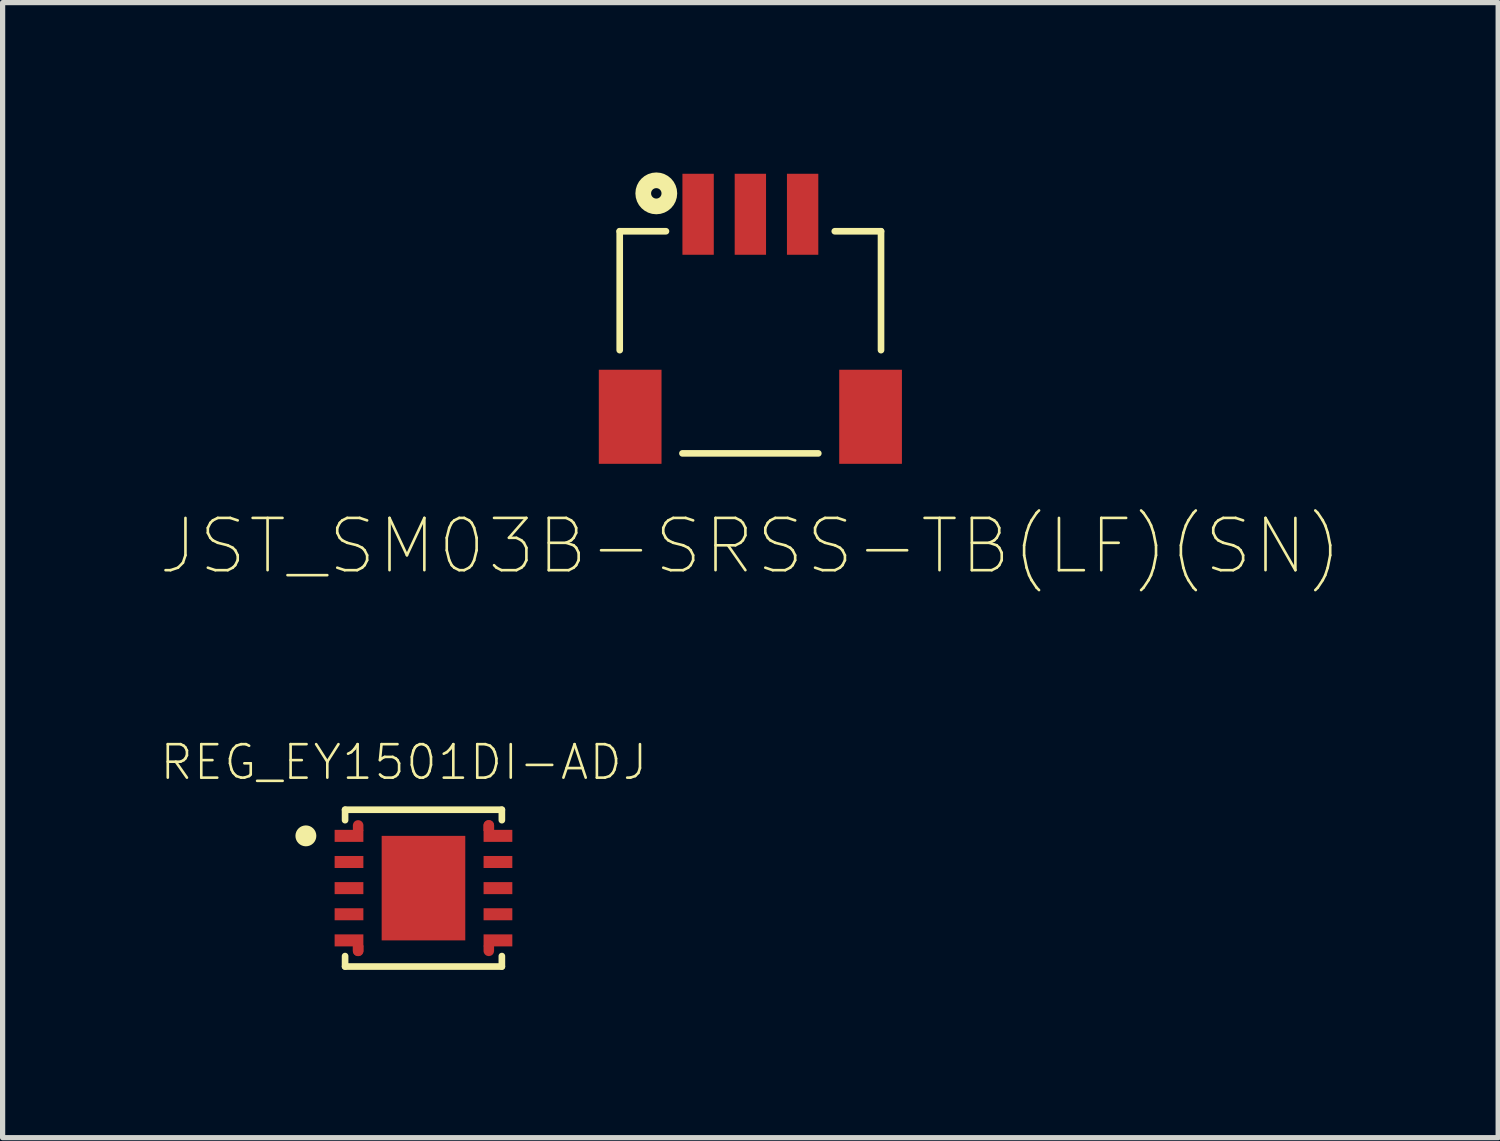
<source format=kicad_pcb>
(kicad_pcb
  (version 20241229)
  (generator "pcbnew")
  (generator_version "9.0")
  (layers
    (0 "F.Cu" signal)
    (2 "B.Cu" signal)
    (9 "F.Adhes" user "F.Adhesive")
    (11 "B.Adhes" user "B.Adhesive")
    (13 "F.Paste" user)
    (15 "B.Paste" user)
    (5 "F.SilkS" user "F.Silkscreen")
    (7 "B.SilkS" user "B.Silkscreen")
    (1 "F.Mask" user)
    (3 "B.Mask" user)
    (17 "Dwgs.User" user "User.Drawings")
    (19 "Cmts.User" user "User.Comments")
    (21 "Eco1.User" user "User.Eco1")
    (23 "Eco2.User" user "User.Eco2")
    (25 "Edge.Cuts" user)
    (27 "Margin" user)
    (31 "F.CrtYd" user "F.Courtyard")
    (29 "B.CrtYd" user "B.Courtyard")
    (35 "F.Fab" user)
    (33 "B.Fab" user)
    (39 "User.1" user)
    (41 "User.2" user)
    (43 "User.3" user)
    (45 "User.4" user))
  (footprint "JST_SM03B-SRSS-TB(LF)(SN)"
    (layer "F.Cu")
    (at 11.308 1.05)
    (property "Reference" "JST_SM03B-SRSS-TB(LF)(SN)" (at 0 6.35 0) (layer "F.SilkS") (effects (font (size 1 1) (thickness 0.05))))
    (attr smd)
    (fp_line (start -2.5 0.325) (end -2.5 2.6) (stroke (width 0.127) (type solid)) (layer "F.SilkS"))
    (fp_line (start -1.615 0.325) (end -2.5 0.325) (stroke (width 0.127) (type solid)) (layer "F.SilkS"))
    (fp_line (start -1.3 4.575) (end 1.3 4.575) (stroke (width 0.127) (type solid)) (layer "F.SilkS"))
    (fp_line (start 2.5 0.325) (end 1.615 0.325) (stroke (width 0.127) (type solid)) (layer "F.SilkS"))
    (fp_line (start 2.5 2.6) (end 2.5 0.325) (stroke (width 0.127) (type solid)) (layer "F.SilkS"))
    (fp_circle (center -1.8 -0.4) (end -1.7 -0.4) (stroke (width 0.3) (type solid)) (fill no) (layer "F.SilkS"))
    (fp_line (start -3.15 -1.025) (end 3.15 -1.025) (stroke (width 0.05) (type solid)) (layer "Eco1.User"))
    (fp_line (start -3.15 5.025) (end -3.15 -1.025) (stroke (width 0.05) (type solid)) (layer "Eco1.User"))
    (fp_line (start 3.15 -1.025) (end 3.15 5.025) (stroke (width 0.05) (type solid)) (layer "Eco1.User"))
    (fp_line (start 3.15 5.025) (end -3.15 5.025) (stroke (width 0.05) (type solid)) (layer "Eco1.User"))
    (fp_line (start -2.5 0.325) (end 2.5 0.325) (stroke (width 0.127) (type solid)) (layer "Eco2.User"))
    (fp_line (start -2.5 4.575) (end -2.5 0.325) (stroke (width 0.127) (type solid)) (layer "Eco2.User"))
    (fp_line (start 2.5 0.325) (end 2.5 4.575) (stroke (width 0.127) (type solid)) (layer "Eco2.User"))
    (fp_line (start 2.5 4.575) (end -2.5 4.575) (stroke (width 0.127) (type solid)) (layer "Eco2.User"))
    (fp_circle (center -1.8 -0.4) (end -1.7 -0.4) (stroke (width 0.3) (type solid)) (fill no) (layer "Eco2.User"))
    (pad "1" smd rect (at -1 0 90) (size 1.55 0.6) (layers "F.Cu" "F.Mask" "F.Paste"))
    (pad "2" smd rect (at 0 0 90) (size 1.55 0.6) (layers "F.Cu" "F.Mask" "F.Paste"))
    (pad "3" smd rect (at 1 0 90) (size 1.55 0.6) (layers "F.Cu" "F.Mask" "F.Paste"))
    (pad "S1" smd rect (at -2.3 3.875 180) (size 1.2 1.8) (layers "F.Cu" "F.Mask" "F.Paste"))
    (pad "S2" smd rect (at 2.3 3.875 180) (size 1.2 1.8) (layers "F.Cu" "F.Mask" "F.Paste")))
  (footprint "REG_EY1501DI-ADJ"
    (layer "F.Cu")
    (at 5.053 13.944)
    (property "Reference" "REG_EY1501DI-ADJ" (at -0.375 -2.408 0) (layer "F.SilkS") (effects (font (size 0.641 0.641) (thickness 0.05))))
    (attr smd)
    (fp_poly (pts (xy -1.35 -1.1) (xy -1.35 -1.2) (xy -1.35 -1.203) (xy -1.35 -1.208) (xy -1.349 -1.213) (xy -1.348 -1.218) (xy -1.347 -1.223) (xy -1.346 -1.228) (xy -1.344 -1.233) (xy -1.342 -1.238) (xy -1.34 -1.243) (xy -1.338 -1.248) (xy -1.335 -1.252) (xy -1.332 -1.257) (xy -1.329 -1.261) (xy -1.326 -1.265) (xy -1.323 -1.269) (xy -1.319 -1.273) (xy -1.315 -1.276) (xy -1.311 -1.279) (xy -1.307 -1.282) (xy -1.302 -1.285) (xy -1.298 -1.288) (xy -1.293 -1.29) (xy -1.288 -1.292) (xy -1.283 -1.294) (xy -1.278 -1.296) (xy -1.273 -1.297) (xy -1.268 -1.298) (xy -1.263 -1.299) (xy -1.258 -1.3) (xy -1.253 -1.3) (xy -1.25 -1.3) (xy -1.247 -1.3) (xy -1.242 -1.3) (xy -1.237 -1.299) (xy -1.232 -1.298) (xy -1.227 -1.297) (xy -1.222 -1.296) (xy -1.217 -1.294) (xy -1.212 -1.292) (xy -1.207 -1.29) (xy -1.202 -1.288) (xy -1.198 -1.285) (xy -1.193 -1.282) (xy -1.189 -1.279) (xy -1.185 -1.276) (xy -1.181 -1.273) (xy -1.177 -1.269) (xy -1.174 -1.265) (xy -1.171 -1.261) (xy -1.168 -1.257) (xy -1.165 -1.252) (xy -1.162 -1.248) (xy -1.16 -1.243) (xy -1.158 -1.238) (xy -1.156 -1.233) (xy -1.154 -1.228) (xy -1.153 -1.223) (xy -1.152 -1.218) (xy -1.151 -1.213) (xy -1.15 -1.208) (xy -1.15 -1.203) (xy -1.15 -1.2) (xy -1.15 -1.1)) (stroke (width 0.001) (type solid)) (fill yes) (layer "F.Cu"))
    (fp_poly (pts (xy -1.15 1.1) (xy -1.15 1.2) (xy -1.15 1.203) (xy -1.15 1.208) (xy -1.151 1.213) (xy -1.152 1.218) (xy -1.153 1.223) (xy -1.154 1.228) (xy -1.156 1.233) (xy -1.158 1.238) (xy -1.16 1.243) (xy -1.162 1.248) (xy -1.165 1.252) (xy -1.168 1.257) (xy -1.171 1.261) (xy -1.174 1.265) (xy -1.177 1.269) (xy -1.181 1.273) (xy -1.185 1.276) (xy -1.189 1.279) (xy -1.193 1.282) (xy -1.198 1.285) (xy -1.202 1.288) (xy -1.207 1.29) (xy -1.212 1.292) (xy -1.217 1.294) (xy -1.222 1.296) (xy -1.227 1.297) (xy -1.232 1.298) (xy -1.237 1.299) (xy -1.242 1.3) (xy -1.247 1.3) (xy -1.25 1.3) (xy -1.253 1.3) (xy -1.258 1.3) (xy -1.263 1.299) (xy -1.268 1.298) (xy -1.273 1.297) (xy -1.278 1.296) (xy -1.283 1.294) (xy -1.288 1.292) (xy -1.293 1.29) (xy -1.298 1.288) (xy -1.302 1.285) (xy -1.307 1.282) (xy -1.311 1.279) (xy -1.315 1.276) (xy -1.319 1.273) (xy -1.323 1.269) (xy -1.326 1.265) (xy -1.329 1.261) (xy -1.332 1.257) (xy -1.335 1.252) (xy -1.338 1.248) (xy -1.34 1.243) (xy -1.342 1.238) (xy -1.344 1.233) (xy -1.346 1.228) (xy -1.347 1.223) (xy -1.348 1.218) (xy -1.349 1.213) (xy -1.35 1.208) (xy -1.35 1.203) (xy -1.35 1.2) (xy -1.35 1.1)) (stroke (width 0.001) (type solid)) (fill yes) (layer "F.Cu"))
    (fp_poly (pts (xy -1.15 1.1) (xy -1.15 1.2) (xy -1.15 1.203) (xy -1.15 1.208) (xy -1.151 1.213) (xy -1.152 1.218) (xy -1.153 1.223) (xy -1.154 1.228) (xy -1.156 1.233) (xy -1.158 1.238) (xy -1.16 1.243) (xy -1.162 1.248) (xy -1.165 1.252) (xy -1.168 1.257) (xy -1.171 1.261) (xy -1.174 1.265) (xy -1.177 1.269) (xy -1.181 1.273) (xy -1.185 1.276) (xy -1.189 1.279) (xy -1.193 1.282) (xy -1.198 1.285) (xy -1.202 1.288) (xy -1.207 1.29) (xy -1.212 1.292) (xy -1.217 1.294) (xy -1.222 1.296) (xy -1.227 1.297) (xy -1.232 1.298) (xy -1.237 1.299) (xy -1.242 1.3) (xy -1.247 1.3) (xy -1.25 1.3) (xy -1.253 1.3) (xy -1.258 1.3) (xy -1.263 1.299) (xy -1.268 1.298) (xy -1.273 1.297) (xy -1.278 1.296) (xy -1.283 1.294) (xy -1.288 1.292) (xy -1.293 1.29) (xy -1.298 1.288) (xy -1.302 1.285) (xy -1.307 1.282) (xy -1.311 1.279) (xy -1.315 1.276) (xy -1.319 1.273) (xy -1.323 1.269) (xy -1.326 1.265) (xy -1.329 1.261) (xy -1.332 1.257) (xy -1.335 1.252) (xy -1.338 1.248) (xy -1.34 1.243) (xy -1.342 1.238) (xy -1.344 1.233) (xy -1.346 1.228) (xy -1.347 1.223) (xy -1.348 1.218) (xy -1.349 1.213) (xy -1.35 1.208) (xy -1.35 1.203) (xy -1.35 1.2) (xy -1.35 1.1)) (stroke (width 0.001) (type solid)) (fill yes) (layer "F.Cu"))
    (fp_poly (pts (xy 1.15 -1.1) (xy 1.15 -1.2) (xy 1.15 -1.203) (xy 1.15 -1.208) (xy 1.151 -1.213) (xy 1.152 -1.218) (xy 1.153 -1.223) (xy 1.154 -1.228) (xy 1.156 -1.233) (xy 1.158 -1.238) (xy 1.16 -1.243) (xy 1.162 -1.248) (xy 1.165 -1.252) (xy 1.168 -1.257) (xy 1.171 -1.261) (xy 1.174 -1.265) (xy 1.177 -1.269) (xy 1.181 -1.273) (xy 1.185 -1.276) (xy 1.189 -1.279) (xy 1.193 -1.282) (xy 1.198 -1.285) (xy 1.202 -1.288) (xy 1.207 -1.29) (xy 1.212 -1.292) (xy 1.217 -1.294) (xy 1.222 -1.296) (xy 1.227 -1.297) (xy 1.232 -1.298) (xy 1.237 -1.299) (xy 1.242 -1.3) (xy 1.247 -1.3) (xy 1.25 -1.3) (xy 1.253 -1.3) (xy 1.258 -1.3) (xy 1.263 -1.299) (xy 1.268 -1.298) (xy 1.273 -1.297) (xy 1.278 -1.296) (xy 1.283 -1.294) (xy 1.288 -1.292) (xy 1.293 -1.29) (xy 1.298 -1.288) (xy 1.302 -1.285) (xy 1.307 -1.282) (xy 1.311 -1.279) (xy 1.315 -1.276) (xy 1.319 -1.273) (xy 1.323 -1.269) (xy 1.326 -1.265) (xy 1.329 -1.261) (xy 1.332 -1.257) (xy 1.335 -1.252) (xy 1.338 -1.248) (xy 1.34 -1.243) (xy 1.342 -1.238) (xy 1.344 -1.233) (xy 1.346 -1.228) (xy 1.347 -1.223) (xy 1.348 -1.218) (xy 1.349 -1.213) (xy 1.35 -1.208) (xy 1.35 -1.203) (xy 1.35 -1.2) (xy 1.35 -1.1)) (stroke (width 0.001) (type solid)) (fill yes) (layer "F.Cu"))
    (fp_poly (pts (xy 1.15 -1.1) (xy 1.15 -1.2) (xy 1.15 -1.203) (xy 1.15 -1.208) (xy 1.151 -1.213) (xy 1.152 -1.218) (xy 1.153 -1.223) (xy 1.154 -1.228) (xy 1.156 -1.233) (xy 1.158 -1.238) (xy 1.16 -1.243) (xy 1.162 -1.248) (xy 1.165 -1.252) (xy 1.168 -1.257) (xy 1.171 -1.261) (xy 1.174 -1.265) (xy 1.177 -1.269) (xy 1.181 -1.273) (xy 1.185 -1.276) (xy 1.189 -1.279) (xy 1.193 -1.282) (xy 1.198 -1.285) (xy 1.202 -1.288) (xy 1.207 -1.29) (xy 1.212 -1.292) (xy 1.217 -1.294) (xy 1.222 -1.296) (xy 1.227 -1.297) (xy 1.232 -1.298) (xy 1.237 -1.299) (xy 1.242 -1.3) (xy 1.247 -1.3) (xy 1.25 -1.3) (xy 1.253 -1.3) (xy 1.258 -1.3) (xy 1.263 -1.299) (xy 1.268 -1.298) (xy 1.273 -1.297) (xy 1.278 -1.296) (xy 1.283 -1.294) (xy 1.288 -1.292) (xy 1.293 -1.29) (xy 1.298 -1.288) (xy 1.302 -1.285) (xy 1.307 -1.282) (xy 1.311 -1.279) (xy 1.315 -1.276) (xy 1.319 -1.273) (xy 1.323 -1.269) (xy 1.326 -1.265) (xy 1.329 -1.261) (xy 1.332 -1.257) (xy 1.335 -1.252) (xy 1.338 -1.248) (xy 1.34 -1.243) (xy 1.342 -1.238) (xy 1.344 -1.233) (xy 1.346 -1.228) (xy 1.347 -1.223) (xy 1.348 -1.218) (xy 1.349 -1.213) (xy 1.35 -1.208) (xy 1.35 -1.203) (xy 1.35 -1.2) (xy 1.35 -1.1)) (stroke (width 0.001) (type solid)) (fill yes) (layer "F.Cu"))
    (fp_poly (pts (xy 1.35 1.1) (xy 1.35 1.2) (xy 1.35 1.203) (xy 1.35 1.208) (xy 1.349 1.213) (xy 1.348 1.218) (xy 1.347 1.223) (xy 1.346 1.228) (xy 1.344 1.233) (xy 1.342 1.238) (xy 1.34 1.243) (xy 1.338 1.248) (xy 1.335 1.252) (xy 1.332 1.257) (xy 1.329 1.261) (xy 1.326 1.265) (xy 1.323 1.269) (xy 1.319 1.273) (xy 1.315 1.276) (xy 1.311 1.279) (xy 1.307 1.282) (xy 1.302 1.285) (xy 1.298 1.288) (xy 1.293 1.29) (xy 1.288 1.292) (xy 1.283 1.294) (xy 1.278 1.296) (xy 1.273 1.297) (xy 1.268 1.298) (xy 1.263 1.299) (xy 1.258 1.3) (xy 1.253 1.3) (xy 1.25 1.3) (xy 1.247 1.3) (xy 1.242 1.3) (xy 1.237 1.299) (xy 1.232 1.298) (xy 1.227 1.297) (xy 1.222 1.296) (xy 1.217 1.294) (xy 1.212 1.292) (xy 1.207 1.29) (xy 1.202 1.288) (xy 1.198 1.285) (xy 1.193 1.282) (xy 1.189 1.279) (xy 1.185 1.276) (xy 1.181 1.273) (xy 1.177 1.269) (xy 1.174 1.265) (xy 1.171 1.261) (xy 1.168 1.257) (xy 1.165 1.252) (xy 1.162 1.248) (xy 1.16 1.243) (xy 1.158 1.238) (xy 1.156 1.233) (xy 1.154 1.228) (xy 1.153 1.223) (xy 1.152 1.218) (xy 1.151 1.213) (xy 1.15 1.208) (xy 1.15 1.203) (xy 1.15 1.2) (xy 1.15 1.1)) (stroke (width 0.001) (type solid)) (fill yes) (layer "F.Cu"))
    (fp_poly (pts (xy -1.411 1.1) (xy -1.05 1.1) (xy -1.05 1.341) (xy -1.411 1.341)) (stroke (width 0) (type solid)) (fill yes) (layer "F.Mask"))
    (fp_poly (pts (xy -1.41 -1.35) (xy -1.05 -1.35) (xy -1.05 -1.11) (xy -1.41 -1.11)) (stroke (width 0) (type solid)) (fill yes) (layer "F.Mask"))
    (fp_poly (pts (xy 1.042 -1.34) (xy 1.4 -1.34) (xy 1.4 -1.102) (xy 1.042 -1.102)) (stroke (width 0) (type solid)) (fill yes) (layer "F.Mask"))
    (fp_poly (pts (xy 1.052 1.1) (xy 1.41 1.1) (xy 1.41 1.343) (xy 1.052 1.343)) (stroke (width 0) (type solid)) (fill yes) (layer "F.Mask"))
    (fp_line (start -1.5 -1.5) (end -1.5 -1.3) (stroke (width 0.127) (type solid)) (layer "F.SilkS"))
    (fp_line (start -1.5 -1.5) (end 1.5 -1.5) (stroke (width 0.127) (type solid)) (layer "F.SilkS"))
    (fp_line (start -1.5 1.5) (end -1.5 1.3) (stroke (width 0.127) (type solid)) (layer "F.SilkS"))
    (fp_line (start -1.5 1.5) (end 1.5 1.5) (stroke (width 0.127) (type solid)) (layer "F.SilkS"))
    (fp_line (start 1.5 -1.5) (end 1.5 -1.3) (stroke (width 0.127) (type solid)) (layer "F.SilkS"))
    (fp_line (start 1.5 1.5) (end 1.5 1.3) (stroke (width 0.127) (type solid)) (layer "F.SilkS"))
    (fp_circle (center -2.25 -1) (end -2.15 -1) (stroke (width 0.2) (type solid)) (fill no) (layer "F.SilkS"))
    (fp_poly (pts (xy -0.506 -0.634) (xy 0.506 -0.634) (xy 0.506 0.635) (xy -0.506 0.635)) (stroke (width 0) (type solid)) (fill yes) (layer "F.Paste"))
    (fp_poly (pts (xy -1.35 -1.1) (xy -1.35 -1.2) (xy -1.35 -1.203) (xy -1.35 -1.208) (xy -1.349 -1.213) (xy -1.348 -1.218) (xy -1.347 -1.223) (xy -1.346 -1.228) (xy -1.344 -1.233) (xy -1.342 -1.238) (xy -1.34 -1.243) (xy -1.338 -1.248) (xy -1.335 -1.252) (xy -1.332 -1.257) (xy -1.329 -1.261) (xy -1.326 -1.265) (xy -1.323 -1.269) (xy -1.319 -1.273) (xy -1.315 -1.276) (xy -1.311 -1.279) (xy -1.307 -1.282) (xy -1.302 -1.285) (xy -1.298 -1.288) (xy -1.293 -1.29) (xy -1.288 -1.292) (xy -1.283 -1.294) (xy -1.278 -1.296) (xy -1.273 -1.297) (xy -1.268 -1.298) (xy -1.263 -1.299) (xy -1.258 -1.3) (xy -1.253 -1.3) (xy -1.25 -1.3) (xy -1.247 -1.3) (xy -1.242 -1.3) (xy -1.237 -1.299) (xy -1.232 -1.298) (xy -1.227 -1.297) (xy -1.222 -1.296) (xy -1.217 -1.294) (xy -1.212 -1.292) (xy -1.207 -1.29) (xy -1.202 -1.288) (xy -1.198 -1.285) (xy -1.193 -1.282) (xy -1.189 -1.279) (xy -1.185 -1.276) (xy -1.181 -1.273) (xy -1.177 -1.269) (xy -1.174 -1.265) (xy -1.171 -1.261) (xy -1.168 -1.257) (xy -1.165 -1.252) (xy -1.162 -1.248) (xy -1.16 -1.243) (xy -1.158 -1.238) (xy -1.156 -1.233) (xy -1.154 -1.228) (xy -1.153 -1.223) (xy -1.152 -1.218) (xy -1.151 -1.213) (xy -1.15 -1.208) (xy -1.15 -1.203) (xy -1.15 -1.2) (xy -1.15 -1.1)) (stroke (width 0.001) (type solid)) (fill yes) (layer "F.Paste"))
    (fp_poly (pts (xy -1.15 1.1) (xy -1.15 1.2) (xy -1.15 1.203) (xy -1.15 1.208) (xy -1.151 1.213) (xy -1.152 1.218) (xy -1.153 1.223) (xy -1.154 1.228) (xy -1.156 1.233) (xy -1.158 1.238) (xy -1.16 1.243) (xy -1.162 1.248) (xy -1.165 1.252) (xy -1.168 1.257) (xy -1.171 1.261) (xy -1.174 1.265) (xy -1.177 1.269) (xy -1.181 1.273) (xy -1.185 1.276) (xy -1.189 1.279) (xy -1.193 1.282) (xy -1.198 1.285) (xy -1.202 1.288) (xy -1.207 1.29) (xy -1.212 1.292) (xy -1.217 1.294) (xy -1.222 1.296) (xy -1.227 1.297) (xy -1.232 1.298) (xy -1.237 1.299) (xy -1.242 1.3) (xy -1.247 1.3) (xy -1.25 1.3) (xy -1.253 1.3) (xy -1.258 1.3) (xy -1.263 1.299) (xy -1.268 1.298) (xy -1.273 1.297) (xy -1.278 1.296) (xy -1.283 1.294) (xy -1.288 1.292) (xy -1.293 1.29) (xy -1.298 1.288) (xy -1.302 1.285) (xy -1.307 1.282) (xy -1.311 1.279) (xy -1.315 1.276) (xy -1.319 1.273) (xy -1.323 1.269) (xy -1.326 1.265) (xy -1.329 1.261) (xy -1.332 1.257) (xy -1.335 1.252) (xy -1.338 1.248) (xy -1.34 1.243) (xy -1.342 1.238) (xy -1.344 1.233) (xy -1.346 1.228) (xy -1.347 1.223) (xy -1.348 1.218) (xy -1.349 1.213) (xy -1.35 1.208) (xy -1.35 1.203) (xy -1.35 1.2) (xy -1.35 1.1)) (stroke (width 0.001) (type solid)) (fill yes) (layer "F.Paste"))
    (fp_poly (pts (xy 1.15 -1.1) (xy 1.15 -1.2) (xy 1.15 -1.203) (xy 1.15 -1.208) (xy 1.151 -1.213) (xy 1.152 -1.218) (xy 1.153 -1.223) (xy 1.154 -1.228) (xy 1.156 -1.233) (xy 1.158 -1.238) (xy 1.16 -1.243) (xy 1.162 -1.248) (xy 1.165 -1.252) (xy 1.168 -1.257) (xy 1.171 -1.261) (xy 1.174 -1.265) (xy 1.177 -1.269) (xy 1.181 -1.273) (xy 1.185 -1.276) (xy 1.189 -1.279) (xy 1.193 -1.282) (xy 1.198 -1.285) (xy 1.202 -1.288) (xy 1.207 -1.29) (xy 1.212 -1.292) (xy 1.217 -1.294) (xy 1.222 -1.296) (xy 1.227 -1.297) (xy 1.232 -1.298) (xy 1.237 -1.299) (xy 1.242 -1.3) (xy 1.247 -1.3) (xy 1.25 -1.3) (xy 1.253 -1.3) (xy 1.258 -1.3) (xy 1.263 -1.299) (xy 1.268 -1.298) (xy 1.273 -1.297) (xy 1.278 -1.296) (xy 1.283 -1.294) (xy 1.288 -1.292) (xy 1.293 -1.29) (xy 1.298 -1.288) (xy 1.302 -1.285) (xy 1.307 -1.282) (xy 1.311 -1.279) (xy 1.315 -1.276) (xy 1.319 -1.273) (xy 1.323 -1.269) (xy 1.326 -1.265) (xy 1.329 -1.261) (xy 1.332 -1.257) (xy 1.335 -1.252) (xy 1.338 -1.248) (xy 1.34 -1.243) (xy 1.342 -1.238) (xy 1.344 -1.233) (xy 1.346 -1.228) (xy 1.347 -1.223) (xy 1.348 -1.218) (xy 1.349 -1.213) (xy 1.35 -1.208) (xy 1.35 -1.203) (xy 1.35 -1.2) (xy 1.35 -1.1)) (stroke (width 0.001) (type solid)) (fill yes) (layer "F.Paste"))
    (fp_poly (pts (xy 1.35 1.1) (xy 1.35 1.2) (xy 1.35 1.203) (xy 1.35 1.208) (xy 1.349 1.213) (xy 1.348 1.218) (xy 1.347 1.223) (xy 1.346 1.228) (xy 1.344 1.233) (xy 1.342 1.238) (xy 1.34 1.243) (xy 1.338 1.248) (xy 1.335 1.252) (xy 1.332 1.257) (xy 1.329 1.261) (xy 1.326 1.265) (xy 1.323 1.269) (xy 1.319 1.273) (xy 1.315 1.276) (xy 1.311 1.279) (xy 1.307 1.282) (xy 1.302 1.285) (xy 1.298 1.288) (xy 1.293 1.29) (xy 1.288 1.292) (xy 1.283 1.294) (xy 1.278 1.296) (xy 1.273 1.297) (xy 1.268 1.298) (xy 1.263 1.299) (xy 1.258 1.3) (xy 1.253 1.3) (xy 1.25 1.3) (xy 1.247 1.3) (xy 1.242 1.3) (xy 1.237 1.299) (xy 1.232 1.298) (xy 1.227 1.297) (xy 1.222 1.296) (xy 1.217 1.294) (xy 1.212 1.292) (xy 1.207 1.29) (xy 1.202 1.288) (xy 1.198 1.285) (xy 1.193 1.282) (xy 1.189 1.279) (xy 1.185 1.276) (xy 1.181 1.273) (xy 1.177 1.269) (xy 1.174 1.265) (xy 1.171 1.261) (xy 1.168 1.257) (xy 1.165 1.252) (xy 1.162 1.248) (xy 1.16 1.243) (xy 1.158 1.238) (xy 1.156 1.233) (xy 1.154 1.228) (xy 1.153 1.223) (xy 1.152 1.218) (xy 1.151 1.213) (xy 1.15 1.208) (xy 1.15 1.203) (xy 1.15 1.2) (xy 1.15 1.1)) (stroke (width 0.001) (type solid)) (fill yes) (layer "F.Paste"))
    (fp_line (start -2.11 -1.38) (end -2.11 1.38) (stroke (width 0.05) (type solid)) (layer "Eco1.User"))
    (fp_line (start -2.11 1.38) (end -1.75 1.38) (stroke (width 0.05) (type solid)) (layer "Eco1.User"))
    (fp_line (start -1.75 -1.75) (end -1.75 -1.38) (stroke (width 0.05) (type solid)) (layer "Eco1.User"))
    (fp_line (start -1.75 -1.38) (end -2.11 -1.38) (stroke (width 0.05) (type solid)) (layer "Eco1.User"))
    (fp_line (start -1.75 1.38) (end -1.75 1.75) (stroke (width 0.05) (type solid)) (layer "Eco1.User"))
    (fp_line (start -1.75 1.75) (end 1.75 1.75) (stroke (width 0.05) (type solid)) (layer "Eco1.User"))
    (fp_line (start 1.75 -1.75) (end -1.75 -1.75) (stroke (width 0.05) (type solid)) (layer "Eco1.User"))
    (fp_line (start 1.75 -1.38) (end 1.75 -1.75) (stroke (width 0.05) (type solid)) (layer "Eco1.User"))
    (fp_line (start 1.75 1.38) (end 2.11 1.38) (stroke (width 0.05) (type solid)) (layer "Eco1.User"))
    (fp_line (start 1.75 1.75) (end 1.75 1.38) (stroke (width 0.05) (type solid)) (layer "Eco1.User"))
    (fp_line (start 2.11 -1.38) (end 1.75 -1.38) (stroke (width 0.05) (type solid)) (layer "Eco1.User"))
    (fp_line (start 2.11 1.38) (end 2.11 -1.38) (stroke (width 0.05) (type solid)) (layer "Eco1.User"))
    (fp_line (start -1.5 -1.5) (end -1.5 1.5) (stroke (width 0.127) (type solid)) (layer "Eco2.User"))
    (fp_line (start -1.5 1.5) (end 1.5 1.5) (stroke (width 0.127) (type solid)) (layer "Eco2.User"))
    (fp_line (start 1.5 -1.5) (end -1.5 -1.5) (stroke (width 0.127) (type solid)) (layer "Eco2.User"))
    (fp_line (start 1.5 1.5) (end 1.5 -1.5) (stroke (width 0.127) (type solid)) (layer "Eco2.User"))
    (pad "1" smd rect (at -1.425 -1 180) (size 0.55 0.23) (layers "F.Cu" "F.Mask" "F.Paste"))
    (pad "2" smd rect (at -1.425 -0.5 180) (size 0.55 0.23) (layers "F.Cu" "F.Mask" "F.Paste"))
    (pad "3" smd rect (at -1.425 0 180) (size 0.55 0.23) (layers "F.Cu" "F.Mask" "F.Paste"))
    (pad "4" smd rect (at -1.425 0.5 180) (size 0.55 0.23) (layers "F.Cu" "F.Mask" "F.Paste"))
    (pad "5" smd rect (at -1.425 1 180) (size 0.55 0.23) (layers "F.Cu" "F.Mask" "F.Paste"))
    (pad "6" smd rect (at 1.425 1) (size 0.55 0.23) (layers "F.Cu" "F.Mask" "F.Paste"))
    (pad "7" smd rect (at 1.425 0.5) (size 0.55 0.23) (layers "F.Cu" "F.Mask" "F.Paste"))
    (pad "8" smd rect (at 1.425 0) (size 0.55 0.23) (layers "F.Cu" "F.Mask" "F.Paste"))
    (pad "9" smd rect (at 1.425 -0.5) (size 0.55 0.23) (layers "F.Cu" "F.Mask" "F.Paste"))
    (pad "10" smd rect (at 1.425 -1) (size 0.55 0.23) (layers "F.Cu" "F.Mask" "F.Paste"))
    (pad "11" smd rect (at 0 0 270) (size 2 1.6) (layers "F.Cu" "F.Mask" "F.Paste")))
  (gr_rect
    (start -3 -3)
    (end 25.617 18.719)
    (stroke (width 0.1) (type default))
    (fill no)
    (layer "Edge.Cuts")))
</source>
